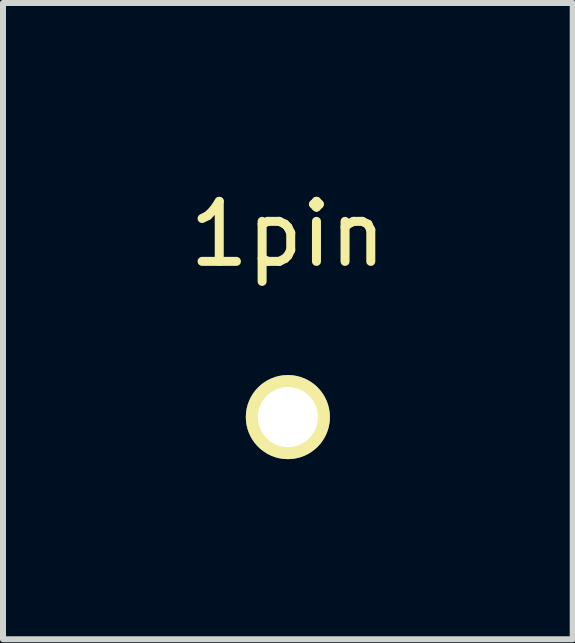
<source format=kicad_pcb>
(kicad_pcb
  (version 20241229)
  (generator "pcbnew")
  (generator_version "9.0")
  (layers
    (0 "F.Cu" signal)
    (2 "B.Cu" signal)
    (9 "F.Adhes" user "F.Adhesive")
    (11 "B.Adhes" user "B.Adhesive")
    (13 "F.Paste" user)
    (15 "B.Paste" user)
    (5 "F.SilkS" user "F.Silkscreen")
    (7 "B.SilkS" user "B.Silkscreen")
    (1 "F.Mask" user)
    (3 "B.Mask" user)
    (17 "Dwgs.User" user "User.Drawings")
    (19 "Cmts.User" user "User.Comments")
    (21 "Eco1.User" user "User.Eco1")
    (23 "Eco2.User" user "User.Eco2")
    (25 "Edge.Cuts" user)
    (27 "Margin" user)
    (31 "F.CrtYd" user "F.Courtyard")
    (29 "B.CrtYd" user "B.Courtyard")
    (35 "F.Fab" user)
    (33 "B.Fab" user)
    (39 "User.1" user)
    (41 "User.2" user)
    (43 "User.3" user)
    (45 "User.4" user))
  (footprint "1pin"
    (layer "F.Cu")
    (at 1.744 3.896)
    (property "Reference" "1pin" (at 0 -3.048 0) (layer "F.SilkS") (effects (font (size 1 1) (thickness 0.15))))
    (attr through_hole)
    (pad "1" thru_hole circle (at 0 0) (size 1.4 1.4) (drill 1) (layers "*.Cu" "*.Mask" "F.SilkS")))
  (gr_rect
    (start -3 -3)
    (end 6.488 7.596)
    (stroke (width 0.1) (type default))
    (fill no)
    (layer "Edge.Cuts")))
</source>
